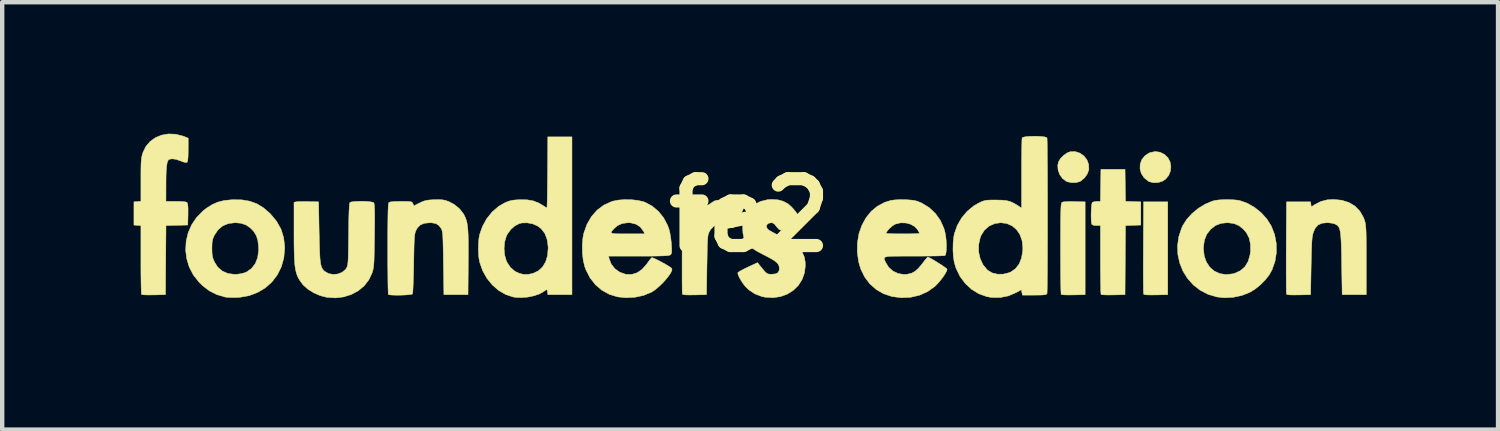
<source format=kicad_pcb>
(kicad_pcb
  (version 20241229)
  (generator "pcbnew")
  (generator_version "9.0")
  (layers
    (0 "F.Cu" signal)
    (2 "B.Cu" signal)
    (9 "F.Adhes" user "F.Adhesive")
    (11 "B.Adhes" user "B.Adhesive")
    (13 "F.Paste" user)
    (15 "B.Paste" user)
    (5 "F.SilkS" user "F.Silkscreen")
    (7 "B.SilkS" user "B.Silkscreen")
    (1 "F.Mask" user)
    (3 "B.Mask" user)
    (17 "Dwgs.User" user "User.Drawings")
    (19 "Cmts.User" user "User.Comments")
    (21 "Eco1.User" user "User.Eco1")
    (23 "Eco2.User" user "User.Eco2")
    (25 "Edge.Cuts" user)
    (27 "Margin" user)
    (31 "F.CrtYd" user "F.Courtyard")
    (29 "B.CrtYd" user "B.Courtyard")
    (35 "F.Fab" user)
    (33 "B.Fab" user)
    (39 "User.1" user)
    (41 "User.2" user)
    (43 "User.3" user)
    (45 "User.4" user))
  (footprint "fe2"
    (layer "F.Cu")
    (at 14.049 1.861)
    (property "Reference" "fe2" (at 0 0 0) (layer "F.SilkS") (effects (font (size 1.524 1.524) (thickness 0.3))))
    (attr through_hole)
    (fp_poly (pts (xy 9.536 1.81) (xy 9.265 1.816) (xy 9.146 1.817) (xy 9.064 1.815) (xy 9.013 1.81) (xy 8.988 1.8) (xy 8.985 1.795) (xy 8.983 1.769) (xy 8.981 1.704) (xy 8.98 1.606) (xy 8.979 1.478) (xy 8.978 1.325) (xy 8.978 1.15) (xy 8.979 0.958) (xy 8.98 0.753) (xy 8.98 0.73) (xy 8.985 -0.307) (xy 9.536 -0.307) (xy 9.536 1.81)) (stroke (width 0.01) (type solid)) (fill yes) (layer "F.SilkS"))
    (fp_poly (pts (xy 9.361 -1.439) (xy 9.461 -1.389) (xy 9.541 -1.313) (xy 9.59 -1.218) (xy 9.608 -1.113) (xy 9.597 -1.007) (xy 9.556 -0.907) (xy 9.486 -0.824) (xy 9.412 -0.776) (xy 9.314 -0.747) (xy 9.21 -0.744) (xy 9.115 -0.767) (xy 9.089 -0.781) (xy 8.995 -0.859) (xy 8.933 -0.954) (xy 8.904 -1.058) (xy 8.907 -1.164) (xy 8.942 -1.264) (xy 9.007 -1.351) (xy 9.103 -1.417) (xy 9.134 -1.43) (xy 9.25 -1.455) (xy 9.361 -1.439)) (stroke (width 0.01) (type solid)) (fill yes) (layer "F.SilkS"))
    (fp_poly (pts (xy 7.533 -1.419) (xy 7.623 -1.355) (xy 7.692 -1.268) (xy 7.732 -1.165) (xy 7.738 -1.052) (xy 7.737 -1.042) (xy 7.704 -0.948) (xy 7.642 -0.858) (xy 7.56 -0.787) (xy 7.533 -0.772) (xy 7.449 -0.747) (xy 7.349 -0.744) (xy 7.252 -0.764) (xy 7.222 -0.776) (xy 7.135 -0.841) (xy 7.071 -0.931) (xy 7.034 -1.037) (xy 7.028 -1.146) (xy 7.048 -1.227) (xy 7.094 -1.3) (xy 7.164 -1.369) (xy 7.243 -1.424) (xy 7.314 -1.451) (xy 7.427 -1.453) (xy 7.533 -1.419)) (stroke (width 0.01) (type solid)) (fill yes) (layer "F.SilkS"))
    (fp_poly (pts (xy 7.401 -0.313) (xy 7.652 -0.307) (xy 7.652 1.81) (xy 7.386 1.816) (xy 7.284 1.817) (xy 7.197 1.816) (xy 7.135 1.812) (xy 7.106 1.807) (xy 7.106 1.807) (xy 7.103 1.783) (xy 7.1 1.722) (xy 7.097 1.626) (xy 7.095 1.5) (xy 7.093 1.349) (xy 7.092 1.176) (xy 7.091 0.985) (xy 7.091 0.781) (xy 7.091 0.761) (xy 7.091 0.519) (xy 7.092 0.317) (xy 7.093 0.15) (xy 7.094 0.015) (xy 7.097 -0.09) (xy 7.1 -0.17) (xy 7.104 -0.227) (xy 7.109 -0.264) (xy 7.115 -0.286) (xy 7.12 -0.294) (xy 7.159 -0.307) (xy 7.24 -0.313) (xy 7.362 -0.314) (xy 7.401 -0.313)) (stroke (width 0.01) (type solid)) (fill yes) (layer "F.SilkS"))
    (fp_poly (pts (xy 8.573 -0.319) (xy 8.748 -0.313) (xy 8.922 -0.307) (xy 8.922 0.222) (xy 8.747 0.228) (xy 8.573 0.235) (xy 8.567 1.022) (xy 8.562 1.81) (xy 8.296 1.816) (xy 8.194 1.817) (xy 8.108 1.816) (xy 8.046 1.812) (xy 8.016 1.807) (xy 8.016 1.807) (xy 8.012 1.783) (xy 8.009 1.722) (xy 8.007 1.628) (xy 8.004 1.505) (xy 8.003 1.36) (xy 8.001 1.196) (xy 8.001 1.019) (xy 8.001 1.012) (xy 8.001 0.233) (xy 7.908 0.233) (xy 7.84 0.227) (xy 7.806 0.206) (xy 7.802 0.199) (xy 7.794 0.156) (xy 7.79 0.086) (xy 7.788 -0.001) (xy 7.79 -0.092) (xy 7.795 -0.178) (xy 7.802 -0.247) (xy 7.812 -0.287) (xy 7.815 -0.292) (xy 7.852 -0.309) (xy 7.909 -0.317) (xy 7.92 -0.318) (xy 8 -0.318) (xy 8.006 -0.683) (xy 8.012 -1.048) (xy 8.562 -1.048) (xy 8.573 -0.319)) (stroke (width 0.01) (type solid)) (fill yes) (layer "F.SilkS"))
    (fp_poly (pts (xy -0.472 -0.348) (xy -0.397 -0.341) (xy -0.336 -0.328) (xy -0.275 -0.304) (xy -0.249 -0.292) (xy -0.181 -0.256) (xy -0.138 -0.222) (xy -0.127 -0.203) (xy -0.136 -0.169) (xy -0.161 -0.109) (xy -0.196 -0.032) (xy -0.238 0.052) (xy -0.281 0.135) (xy -0.321 0.207) (xy -0.353 0.26) (xy -0.372 0.283) (xy -0.372 0.284) (xy -0.404 0.28) (xy -0.458 0.26) (xy -0.5 0.24) (xy -0.614 0.2) (xy -0.719 0.201) (xy -0.811 0.242) (xy -0.888 0.321) (xy -0.915 0.365) (xy -0.928 0.392) (xy -0.939 0.419) (xy -0.948 0.452) (xy -0.954 0.496) (xy -0.959 0.556) (xy -0.963 0.637) (xy -0.967 0.743) (xy -0.969 0.879) (xy -0.972 1.051) (xy -0.974 1.132) (xy -0.984 1.81) (xy -1.255 1.816) (xy -1.374 1.817) (xy -1.456 1.815) (xy -1.507 1.81) (xy -1.532 1.8) (xy -1.535 1.795) (xy -1.537 1.769) (xy -1.539 1.704) (xy -1.54 1.606) (xy -1.541 1.478) (xy -1.541 1.325) (xy -1.541 1.15) (xy -1.541 0.958) (xy -1.54 0.753) (xy -1.54 0.73) (xy -1.535 -0.307) (xy -1.27 -0.307) (xy -1.16 -0.306) (xy -1.084 -0.304) (xy -1.036 -0.299) (xy -1.009 -0.291) (xy -0.993 -0.277) (xy -0.986 -0.262) (xy -0.973 -0.238) (xy -0.956 -0.232) (xy -0.926 -0.247) (xy -0.873 -0.284) (xy -0.827 -0.314) (xy -0.787 -0.333) (xy -0.74 -0.344) (xy -0.676 -0.348) (xy -0.582 -0.349) (xy -0.575 -0.349) (xy -0.472 -0.348)) (stroke (width 0.01) (type solid)) (fill yes) (layer "F.SilkS"))
    (fp_poly (pts (xy 13.503 -0.344) (xy 13.668 -0.293) (xy 13.807 -0.21) (xy 13.918 -0.095) (xy 14.001 0.049) (xy 14.029 0.126) (xy 14.038 0.161) (xy 14.046 0.203) (xy 14.052 0.254) (xy 14.057 0.321) (xy 14.061 0.407) (xy 14.063 0.517) (xy 14.064 0.656) (xy 14.065 0.828) (xy 14.065 1.027) (xy 14.065 1.81) (xy 13.515 1.81) (xy 13.503 1.101) (xy 13.5 0.89) (xy 13.496 0.718) (xy 13.49 0.58) (xy 13.483 0.472) (xy 13.474 0.389) (xy 13.461 0.327) (xy 13.445 0.282) (xy 13.424 0.249) (xy 13.398 0.226) (xy 13.366 0.206) (xy 13.359 0.202) (xy 13.297 0.182) (xy 13.212 0.171) (xy 13.17 0.169) (xy 13.053 0.181) (xy 12.966 0.22) (xy 12.902 0.291) (xy 12.86 0.381) (xy 12.848 0.419) (xy 12.839 0.462) (xy 12.831 0.514) (xy 12.825 0.582) (xy 12.82 0.67) (xy 12.816 0.783) (xy 12.812 0.927) (xy 12.808 1.108) (xy 12.807 1.154) (xy 12.795 1.81) (xy 12.525 1.816) (xy 12.406 1.817) (xy 12.323 1.815) (xy 12.273 1.81) (xy 12.248 1.8) (xy 12.244 1.795) (xy 12.242 1.769) (xy 12.241 1.704) (xy 12.239 1.606) (xy 12.239 1.478) (xy 12.238 1.325) (xy 12.238 1.15) (xy 12.238 0.958) (xy 12.239 0.753) (xy 12.239 0.73) (xy 12.245 -0.307) (xy 12.795 -0.307) (xy 12.802 -0.249) (xy 12.809 -0.192) (xy 12.887 -0.243) (xy 13.024 -0.314) (xy 13.174 -0.353) (xy 13.314 -0.362) (xy 13.503 -0.344)) (stroke (width 0.01) (type solid)) (fill yes) (layer "F.SilkS"))
    (fp_poly (pts (xy -13.095 -1.85) (xy -12.927 -1.808) (xy -12.882 -1.791) (xy -12.806 -1.759) (xy -12.806 -1.496) (xy -12.808 -1.369) (xy -12.813 -1.282) (xy -12.822 -1.229) (xy -12.832 -1.211) (xy -12.864 -1.204) (xy -12.921 -1.218) (xy -12.975 -1.239) (xy -13.084 -1.277) (xy -13.174 -1.289) (xy -13.24 -1.276) (xy -13.247 -1.273) (xy -13.269 -1.247) (xy -13.286 -1.199) (xy -13.298 -1.124) (xy -13.307 -1.019) (xy -13.312 -0.879) (xy -13.313 -0.704) (xy -13.314 -0.318) (xy -13.084 -0.318) (xy -12.971 -0.316) (xy -12.895 -0.31) (xy -12.849 -0.301) (xy -12.829 -0.288) (xy -12.817 -0.249) (xy -12.81 -0.169) (xy -12.81 -0.048) (xy -12.81 -0.018) (xy -12.816 0.222) (xy -13.065 0.228) (xy -13.313 0.234) (xy -13.319 1.022) (xy -13.324 1.81) (xy -13.59 1.816) (xy -13.692 1.817) (xy -13.779 1.816) (xy -13.841 1.812) (xy -13.87 1.807) (xy -13.871 1.807) (xy -13.874 1.783) (xy -13.877 1.722) (xy -13.88 1.628) (xy -13.882 1.505) (xy -13.884 1.36) (xy -13.885 1.197) (xy -13.885 1.019) (xy -13.885 0.235) (xy -13.965 0.229) (xy -14.044 0.222) (xy -14.044 -0.307) (xy -13.965 -0.313) (xy -13.885 -0.32) (xy -13.885 -0.805) (xy -13.885 -0.965) (xy -13.884 -1.088) (xy -13.881 -1.184) (xy -13.876 -1.257) (xy -13.869 -1.315) (xy -13.859 -1.364) (xy -13.845 -1.412) (xy -13.84 -1.429) (xy -13.773 -1.569) (xy -13.676 -1.683) (xy -13.555 -1.771) (xy -13.414 -1.829) (xy -13.259 -1.856) (xy -13.095 -1.85)) (stroke (width 0.01) (type solid)) (fill yes) (layer "F.SilkS"))
    (fp_poly (pts (xy 11.046 -0.353) (xy 11.145 -0.343) (xy 11.176 -0.337) (xy 11.348 -0.277) (xy 11.515 -0.182) (xy 11.668 -0.059) (xy 11.799 0.087) (xy 11.9 0.248) (xy 11.9 0.248) (xy 11.974 0.439) (xy 12.012 0.642) (xy 12.015 0.848) (xy 11.983 1.049) (xy 11.917 1.239) (xy 11.853 1.355) (xy 11.764 1.47) (xy 11.651 1.584) (xy 11.526 1.685) (xy 11.41 1.756) (xy 11.228 1.828) (xy 11.03 1.87) (xy 10.83 1.881) (xy 10.657 1.862) (xy 10.455 1.802) (xy 10.274 1.708) (xy 10.117 1.585) (xy 9.986 1.438) (xy 9.882 1.27) (xy 9.809 1.087) (xy 9.767 0.893) (xy 9.762 0.762) (xy 10.351 0.762) (xy 10.368 0.926) (xy 10.418 1.067) (xy 10.496 1.184) (xy 10.598 1.272) (xy 10.721 1.329) (xy 10.861 1.351) (xy 11.013 1.336) (xy 11.061 1.324) (xy 11.193 1.264) (xy 11.296 1.174) (xy 11.369 1.054) (xy 11.413 0.905) (xy 11.424 0.819) (xy 11.423 0.655) (xy 11.393 0.517) (xy 11.331 0.398) (xy 11.265 0.32) (xy 11.161 0.236) (xy 11.048 0.188) (xy 10.915 0.17) (xy 10.89 0.169) (xy 10.75 0.184) (xy 10.63 0.23) (xy 10.522 0.312) (xy 10.517 0.317) (xy 10.429 0.428) (xy 10.374 0.561) (xy 10.351 0.719) (xy 10.351 0.762) (xy 9.762 0.762) (xy 9.76 0.692) (xy 9.788 0.488) (xy 9.855 0.286) (xy 9.88 0.233) (xy 9.969 0.093) (xy 10.09 -0.04) (xy 10.234 -0.159) (xy 10.391 -0.255) (xy 10.55 -0.322) (xy 10.605 -0.337) (xy 10.691 -0.35) (xy 10.804 -0.357) (xy 10.927 -0.358) (xy 11.046 -0.353)) (stroke (width 0.01) (type solid)) (fill yes) (layer "F.SilkS"))
    (fp_poly (pts (xy -11.589 -0.353) (xy -11.407 -0.323) (xy -11.244 -0.265) (xy -11.093 -0.174) (xy -10.947 -0.048) (xy -10.932 -0.033) (xy -10.791 0.135) (xy -10.69 0.314) (xy -10.629 0.509) (xy -10.605 0.72) (xy -10.605 0.751) (xy -10.625 0.971) (xy -10.682 1.175) (xy -10.773 1.358) (xy -10.895 1.519) (xy -11.046 1.654) (xy -11.221 1.759) (xy -11.418 1.833) (xy -11.635 1.871) (xy -11.693 1.874) (xy -11.79 1.876) (xy -11.883 1.873) (xy -11.954 1.866) (xy -11.97 1.863) (xy -12.158 1.807) (xy -12.324 1.723) (xy -12.476 1.607) (xy -12.557 1.528) (xy -12.688 1.362) (xy -12.783 1.18) (xy -12.841 0.987) (xy -12.865 0.79) (xy -12.862 0.751) (xy -12.265 0.751) (xy -12.263 0.853) (xy -12.255 0.928) (xy -12.239 0.991) (xy -12.211 1.058) (xy -12.21 1.061) (xy -12.132 1.183) (xy -12.028 1.272) (xy -11.901 1.327) (xy -11.752 1.347) (xy -11.69 1.345) (xy -11.603 1.332) (xy -11.52 1.311) (xy -11.476 1.293) (xy -11.361 1.212) (xy -11.276 1.102) (xy -11.222 0.965) (xy -11.2 0.801) (xy -11.202 0.712) (xy -11.218 0.572) (xy -11.254 0.46) (xy -11.314 0.365) (xy -11.385 0.291) (xy -11.485 0.221) (xy -11.601 0.181) (xy -11.734 0.169) (xy -11.887 0.187) (xy -12.016 0.239) (xy -12.123 0.328) (xy -12.208 0.452) (xy -12.236 0.512) (xy -12.253 0.569) (xy -12.262 0.636) (xy -12.265 0.728) (xy -12.265 0.751) (xy -12.862 0.751) (xy -12.853 0.592) (xy -12.807 0.398) (xy -12.727 0.215) (xy -12.613 0.046) (xy -12.466 -0.103) (xy -12.395 -0.158) (xy -12.261 -0.244) (xy -12.13 -0.301) (xy -11.988 -0.337) (xy -11.822 -0.354) (xy -11.799 -0.355) (xy -11.589 -0.353)) (stroke (width 0.01) (type solid)) (fill yes) (layer "F.SilkS"))
    (fp_poly (pts (xy -4.053 1.81) (xy -4.604 1.81) (xy -4.61 1.752) (xy -4.618 1.708) (xy -4.635 1.697) (xy -4.669 1.717) (xy -4.692 1.735) (xy -4.789 1.791) (xy -4.916 1.835) (xy -5.059 1.865) (xy -5.206 1.877) (xy -5.346 1.871) (xy -5.397 1.862) (xy -5.568 1.805) (xy -5.728 1.712) (xy -5.871 1.587) (xy -5.994 1.435) (xy -6.091 1.262) (xy -6.157 1.073) (xy -6.161 1.058) (xy -6.179 0.949) (xy -6.187 0.815) (xy -6.187 0.756) (xy -5.601 0.756) (xy -5.588 0.907) (xy -5.548 1.044) (xy -5.538 1.065) (xy -5.457 1.189) (xy -5.351 1.279) (xy -5.255 1.324) (xy -5.153 1.349) (xy -5.051 1.348) (xy -4.938 1.323) (xy -4.818 1.266) (xy -4.722 1.177) (xy -4.652 1.059) (xy -4.609 0.915) (xy -4.596 0.749) (xy -4.597 0.71) (xy -4.621 0.547) (xy -4.672 0.413) (xy -4.754 0.307) (xy -4.835 0.245) (xy -4.945 0.196) (xy -5.069 0.172) (xy -5.192 0.174) (xy -5.255 0.189) (xy -5.354 0.24) (xy -5.448 0.323) (xy -5.523 0.424) (xy -5.547 0.47) (xy -5.588 0.605) (xy -5.601 0.756) (xy -6.187 0.756) (xy -6.186 0.674) (xy -6.177 0.542) (xy -6.161 0.445) (xy -6.095 0.254) (xy -5.998 0.078) (xy -5.874 -0.076) (xy -5.729 -0.202) (xy -5.596 -0.28) (xy -5.52 -0.313) (xy -5.454 -0.334) (xy -5.383 -0.347) (xy -5.292 -0.354) (xy -5.239 -0.356) (xy -5.074 -0.353) (xy -4.934 -0.329) (xy -4.809 -0.28) (xy -4.71 -0.221) (xy -4.662 -0.19) (xy -4.63 -0.171) (xy -4.624 -0.169) (xy -4.622 -0.19) (xy -4.62 -0.248) (xy -4.617 -0.339) (xy -4.615 -0.459) (xy -4.613 -0.603) (xy -4.611 -0.766) (xy -4.61 -0.945) (xy -4.609 -0.979) (xy -4.604 -1.789) (xy -4.053 -1.789) (xy -4.053 1.81)) (stroke (width 0.01) (type solid)) (fill yes) (layer "F.SilkS"))
    (fp_poly (pts (xy -8.748 -0.317) (xy -8.665 -0.31) (xy -8.602 -0.3) (xy -8.573 -0.286) (xy -8.566 -0.267) (xy -8.56 -0.226) (xy -8.556 -0.16) (xy -8.554 -0.066) (xy -8.553 0.059) (xy -8.554 0.219) (xy -8.556 0.418) (xy -8.556 0.46) (xy -8.559 0.656) (xy -8.562 0.814) (xy -8.565 0.941) (xy -8.568 1.04) (xy -8.573 1.117) (xy -8.579 1.177) (xy -8.587 1.225) (xy -8.597 1.266) (xy -8.609 1.306) (xy -8.609 1.308) (xy -8.684 1.468) (xy -8.79 1.606) (xy -8.925 1.72) (xy -9.082 1.805) (xy -9.258 1.861) (xy -9.446 1.884) (xy -9.642 1.871) (xy -9.652 1.869) (xy -9.799 1.831) (xy -9.943 1.768) (xy -10.074 1.687) (xy -10.178 1.595) (xy -10.199 1.57) (xy -10.246 1.507) (xy -10.285 1.446) (xy -10.316 1.383) (xy -10.341 1.311) (xy -10.36 1.228) (xy -10.374 1.127) (xy -10.383 1.005) (xy -10.389 0.856) (xy -10.392 0.675) (xy -10.393 0.458) (xy -10.393 0.388) (xy -10.393 -0.296) (xy -10.345 -0.307) (xy -10.305 -0.312) (xy -10.234 -0.314) (xy -10.142 -0.314) (xy -10.065 -0.313) (xy -9.832 -0.307) (xy -9.82 0.381) (xy -9.815 0.588) (xy -9.811 0.758) (xy -9.805 0.894) (xy -9.798 1.001) (xy -9.789 1.083) (xy -9.776 1.146) (xy -9.76 1.193) (xy -9.74 1.229) (xy -9.715 1.258) (xy -9.69 1.281) (xy -9.602 1.33) (xy -9.5 1.348) (xy -9.396 1.339) (xy -9.299 1.302) (xy -9.222 1.24) (xy -9.198 1.206) (xy -9.186 1.184) (xy -9.176 1.159) (xy -9.169 1.126) (xy -9.163 1.081) (xy -9.159 1.019) (xy -9.155 0.935) (xy -9.153 0.824) (xy -9.151 0.682) (xy -9.149 0.504) (xy -9.148 0.435) (xy -9.145 0.216) (xy -9.142 0.035) (xy -9.137 -0.107) (xy -9.131 -0.209) (xy -9.125 -0.271) (xy -9.119 -0.29) (xy -9.087 -0.304) (xy -9.023 -0.313) (xy -8.938 -0.318) (xy -8.843 -0.32) (xy -8.748 -0.317)) (stroke (width 0.01) (type solid)) (fill yes) (layer "F.SilkS"))
    (fp_poly (pts (xy 0.646 -0.353) (xy 0.769 -0.319) (xy 0.878 -0.259) (xy 0.893 -0.247) (xy 0.952 -0.194) (xy 1.014 -0.126) (xy 1.071 -0.053) (xy 1.115 0.015) (xy 1.14 0.069) (xy 1.143 0.085) (xy 1.125 0.108) (xy 1.079 0.144) (xy 1.012 0.187) (xy 0.934 0.233) (xy 0.855 0.276) (xy 0.782 0.311) (xy 0.726 0.333) (xy 0.702 0.338) (xy 0.67 0.321) (xy 0.629 0.279) (xy 0.609 0.253) (xy 0.563 0.197) (xy 0.52 0.173) (xy 0.491 0.169) (xy 0.426 0.184) (xy 0.389 0.22) (xy 0.383 0.268) (xy 0.414 0.319) (xy 0.418 0.323) (xy 0.45 0.344) (xy 0.511 0.379) (xy 0.596 0.425) (xy 0.694 0.476) (xy 0.734 0.496) (xy 0.903 0.587) (xy 1.035 0.673) (xy 1.134 0.758) (xy 1.202 0.848) (xy 1.245 0.946) (xy 1.266 1.058) (xy 1.27 1.143) (xy 1.251 1.313) (xy 1.195 1.466) (xy 1.109 1.601) (xy 0.995 1.712) (xy 0.858 1.798) (xy 0.703 1.854) (xy 0.534 1.879) (xy 0.355 1.868) (xy 0.283 1.854) (xy 0.123 1.794) (xy -0.021 1.699) (xy -0.099 1.623) (xy -0.152 1.554) (xy -0.202 1.478) (xy -0.242 1.405) (xy -0.266 1.345) (xy -0.27 1.309) (xy -0.249 1.291) (xy -0.197 1.26) (xy -0.122 1.221) (xy -0.041 1.182) (xy 0.18 1.079) (xy 0.233 1.146) (xy 0.3 1.229) (xy 0.349 1.286) (xy 0.387 1.32) (xy 0.421 1.337) (xy 0.46 1.343) (xy 0.503 1.344) (xy 0.592 1.336) (xy 0.647 1.307) (xy 0.673 1.255) (xy 0.677 1.208) (xy 0.671 1.158) (xy 0.649 1.112) (xy 0.607 1.067) (xy 0.54 1.019) (xy 0.442 0.963) (xy 0.324 0.902) (xy 0.168 0.82) (xy 0.049 0.744) (xy -0.039 0.669) (xy -0.099 0.59) (xy -0.136 0.5) (xy -0.154 0.395) (xy -0.158 0.296) (xy -0.157 0.199) (xy -0.148 0.127) (xy -0.13 0.064) (xy -0.099 -0.005) (xy -0.011 -0.138) (xy 0.106 -0.243) (xy 0.247 -0.317) (xy 0.406 -0.356) (xy 0.497 -0.362) (xy 0.646 -0.353)) (stroke (width 0.01) (type solid)) (fill yes) (layer "F.SilkS"))
    (fp_poly (pts (xy -7.013 -0.354) (xy -6.947 -0.342) (xy -6.878 -0.319) (xy -6.87 -0.317) (xy -6.738 -0.248) (xy -6.62 -0.151) (xy -6.529 -0.037) (xy -6.509 -0.000144) (xy -6.484 0.053) (xy -6.464 0.108) (xy -6.448 0.169) (xy -6.436 0.242) (xy -6.427 0.331) (xy -6.421 0.441) (xy -6.417 0.577) (xy -6.416 0.742) (xy -6.417 0.942) (xy -6.418 1.079) (xy -6.424 1.81) (xy -6.974 1.81) (xy -6.985 1.09) (xy -6.988 0.896) (xy -6.991 0.739) (xy -6.994 0.615) (xy -6.997 0.52) (xy -7.002 0.448) (xy -7.007 0.395) (xy -7.014 0.357) (xy -7.023 0.329) (xy -7.033 0.306) (xy -7.039 0.296) (xy -7.092 0.228) (xy -7.159 0.188) (xy -7.251 0.171) (xy -7.299 0.17) (xy -7.421 0.182) (xy -7.514 0.221) (xy -7.581 0.291) (xy -7.607 0.337) (xy -7.62 0.367) (xy -7.63 0.398) (xy -7.638 0.437) (xy -7.644 0.488) (xy -7.649 0.557) (xy -7.653 0.647) (xy -7.656 0.765) (xy -7.659 0.915) (xy -7.662 1.101) (xy -7.665 1.265) (xy -7.669 1.417) (xy -7.674 1.55) (xy -7.678 1.659) (xy -7.683 1.74) (xy -7.688 1.786) (xy -7.69 1.794) (xy -7.716 1.803) (xy -7.774 1.811) (xy -7.855 1.817) (xy -7.947 1.821) (xy -8.042 1.822) (xy -8.128 1.82) (xy -8.196 1.816) (xy -8.236 1.809) (xy -8.241 1.806) (xy -8.244 1.783) (xy -8.246 1.721) (xy -8.249 1.626) (xy -8.251 1.5) (xy -8.252 1.349) (xy -8.254 1.176) (xy -8.255 0.985) (xy -8.255 0.782) (xy -8.255 0.763) (xy -8.255 0.511) (xy -8.254 0.298) (xy -8.252 0.123) (xy -8.25 -0.017) (xy -8.247 -0.126) (xy -8.243 -0.205) (xy -8.239 -0.258) (xy -8.233 -0.286) (xy -8.23 -0.292) (xy -8.193 -0.305) (xy -8.115 -0.314) (xy -7.995 -0.317) (xy -7.954 -0.318) (xy -7.848 -0.317) (xy -7.776 -0.315) (xy -7.731 -0.31) (xy -7.704 -0.3) (xy -7.69 -0.284) (xy -7.681 -0.267) (xy -7.658 -0.217) (xy -7.528 -0.282) (xy -7.457 -0.315) (xy -7.393 -0.336) (xy -7.321 -0.348) (xy -7.225 -0.355) (xy -7.197 -0.356) (xy -7.091 -0.358) (xy -7.013 -0.354)) (stroke (width 0.01) (type solid)) (fill yes) (layer "F.SilkS"))
    (fp_poly (pts (xy -2.699 -0.356) (xy -2.551 -0.34) (xy -2.424 -0.311) (xy -2.392 -0.3) (xy -2.228 -0.213) (xy -2.083 -0.092) (xy -1.962 0.057) (xy -1.871 0.23) (xy -1.841 0.313) (xy -1.819 0.401) (xy -1.8 0.513) (xy -1.787 0.627) (xy -1.784 0.665) (xy -1.779 0.762) (xy -1.778 0.826) (xy -1.783 0.865) (xy -1.795 0.889) (xy -1.81 0.903) (xy -1.83 0.911) (xy -1.867 0.918) (xy -1.924 0.923) (xy -2.006 0.926) (xy -2.117 0.929) (xy -2.26 0.931) (xy -2.44 0.931) (xy -2.534 0.931) (xy -3.218 0.931) (xy -3.205 0.99) (xy -3.157 1.113) (xy -3.075 1.217) (xy -2.968 1.295) (xy -2.842 1.341) (xy -2.813 1.346) (xy -2.682 1.346) (xy -2.564 1.309) (xy -2.453 1.232) (xy -2.349 1.114) (xy -2.326 1.081) (xy -2.284 1.023) (xy -2.248 0.98) (xy -2.23 0.965) (xy -2.204 0.972) (xy -2.15 0.995) (xy -2.079 1.03) (xy -1.999 1.073) (xy -1.919 1.117) (xy -1.849 1.159) (xy -1.797 1.193) (xy -1.774 1.214) (xy -1.773 1.252) (xy -1.799 1.311) (xy -1.848 1.384) (xy -1.913 1.466) (xy -1.989 1.549) (xy -2.072 1.628) (xy -2.154 1.697) (xy -2.232 1.749) (xy -2.242 1.754) (xy -2.419 1.827) (xy -2.616 1.869) (xy -2.821 1.88) (xy -3.012 1.86) (xy -3.2 1.803) (xy -3.37 1.709) (xy -3.518 1.583) (xy -3.641 1.426) (xy -3.735 1.242) (xy -3.763 1.166) (xy -3.797 1.021) (xy -3.815 0.852) (xy -3.817 0.677) (xy -3.803 0.512) (xy -3.783 0.408) (xy -3.777 0.392) (xy -3.159 0.392) (xy -3.144 0.408) (xy -3.102 0.417) (xy -3.028 0.422) (xy -2.919 0.423) (xy -2.784 0.423) (xy -2.391 0.423) (xy -2.421 0.365) (xy -2.492 0.268) (xy -2.588 0.204) (xy -2.709 0.173) (xy -2.775 0.169) (xy -2.906 0.186) (xy -3.015 0.236) (xy -3.076 0.287) (xy -3.121 0.334) (xy -3.15 0.368) (xy -3.159 0.392) (xy -3.777 0.392) (xy -3.71 0.204) (xy -3.608 0.028) (xy -3.479 -0.119) (xy -3.326 -0.233) (xy -3.15 -0.313) (xy -3.127 -0.321) (xy -3.002 -0.347) (xy -2.854 -0.358) (xy -2.699 -0.356)) (stroke (width 0.01) (type solid)) (fill yes) (layer "F.SilkS"))
    (fp_poly (pts (xy 3.561 -0.356) (xy 3.67 -0.349) (xy 3.751 -0.339) (xy 3.818 -0.323) (xy 3.885 -0.297) (xy 3.923 -0.28) (xy 4.092 -0.178) (xy 4.236 -0.044) (xy 4.35 0.116) (xy 4.431 0.299) (xy 4.455 0.383) (xy 4.472 0.476) (xy 4.483 0.579) (xy 4.488 0.682) (xy 4.486 0.776) (xy 4.479 0.854) (xy 4.466 0.904) (xy 4.454 0.918) (xy 4.425 0.922) (xy 4.359 0.924) (xy 4.262 0.927) (xy 4.138 0.929) (xy 3.994 0.93) (xy 3.834 0.931) (xy 3.745 0.931) (xy 3.553 0.931) (xy 3.4 0.932) (xy 3.282 0.933) (xy 3.193 0.936) (xy 3.132 0.943) (xy 3.094 0.953) (xy 3.074 0.967) (xy 3.069 0.986) (xy 3.076 1.012) (xy 3.089 1.045) (xy 3.098 1.066) (xy 3.168 1.182) (xy 3.267 1.271) (xy 3.386 1.328) (xy 3.518 1.349) (xy 3.595 1.344) (xy 3.688 1.322) (xy 3.769 1.28) (xy 3.846 1.212) (xy 3.93 1.113) (xy 3.94 1.099) (xy 3.99 1.033) (xy 4.032 0.983) (xy 4.057 0.956) (xy 4.062 0.953) (xy 4.092 0.964) (xy 4.147 0.993) (xy 4.218 1.034) (xy 4.296 1.082) (xy 4.373 1.131) (xy 4.439 1.176) (xy 4.485 1.21) (xy 4.504 1.23) (xy 4.495 1.268) (xy 4.463 1.328) (xy 4.414 1.402) (xy 4.355 1.48) (xy 4.291 1.555) (xy 4.229 1.618) (xy 4.224 1.622) (xy 4.059 1.74) (xy 3.873 1.823) (xy 3.672 1.87) (xy 3.46 1.88) (xy 3.244 1.852) (xy 3.056 1.79) (xy 2.888 1.693) (xy 2.742 1.564) (xy 2.623 1.407) (xy 2.534 1.225) (xy 2.486 1.062) (xy 2.455 0.837) (xy 2.459 0.621) (xy 2.494 0.416) (xy 2.496 0.409) (xy 3.111 0.409) (xy 3.132 0.414) (xy 3.187 0.418) (xy 3.272 0.421) (xy 3.379 0.423) (xy 3.493 0.423) (xy 3.614 0.423) (xy 3.72 0.421) (xy 3.803 0.418) (xy 3.856 0.414) (xy 3.873 0.41) (xy 3.863 0.385) (xy 3.838 0.34) (xy 3.83 0.327) (xy 3.762 0.254) (xy 3.667 0.202) (xy 3.555 0.174) (xy 3.439 0.172) (xy 3.329 0.199) (xy 3.302 0.211) (xy 3.249 0.247) (xy 3.194 0.296) (xy 3.146 0.348) (xy 3.116 0.393) (xy 3.111 0.409) (xy 2.496 0.409) (xy 2.56 0.227) (xy 2.653 0.057) (xy 2.771 -0.089) (xy 2.914 -0.208) (xy 3.078 -0.295) (xy 3.22 -0.339) (xy 3.314 -0.352) (xy 3.436 -0.358) (xy 3.561 -0.356)) (stroke (width 0.01) (type solid)) (fill yes) (layer "F.SilkS"))
    (fp_poly (pts (xy 6.569 -1.802) (xy 6.657 -1.797) (xy 6.729 -1.788) (xy 6.773 -1.774) (xy 6.782 -1.766) (xy 6.784 -1.739) (xy 6.786 -1.674) (xy 6.788 -1.575) (xy 6.789 -1.444) (xy 6.79 -1.287) (xy 6.792 -1.106) (xy 6.793 -0.907) (xy 6.793 -0.691) (xy 6.794 -0.465) (xy 6.794 -0.23) (xy 6.794 0.008) (xy 6.794 0.246) (xy 6.794 0.481) (xy 6.793 0.708) (xy 6.793 0.923) (xy 6.792 1.124) (xy 6.791 1.304) (xy 6.789 1.462) (xy 6.788 1.593) (xy 6.786 1.694) (xy 6.784 1.759) (xy 6.782 1.787) (xy 6.782 1.787) (xy 6.77 1.801) (xy 6.744 1.81) (xy 6.696 1.816) (xy 6.621 1.819) (xy 6.51 1.82) (xy 6.495 1.82) (xy 6.222 1.82) (xy 6.209 1.758) (xy 6.197 1.696) (xy 6.081 1.761) (xy 5.902 1.838) (xy 5.712 1.876) (xy 5.518 1.874) (xy 5.407 1.854) (xy 5.226 1.789) (xy 5.062 1.688) (xy 4.918 1.555) (xy 4.799 1.396) (xy 4.71 1.214) (xy 4.667 1.074) (xy 4.646 0.942) (xy 4.64 0.833) (xy 5.223 0.833) (xy 5.257 0.986) (xy 5.321 1.125) (xy 5.416 1.24) (xy 5.433 1.256) (xy 5.533 1.314) (xy 5.653 1.343) (xy 5.783 1.342) (xy 5.914 1.31) (xy 5.96 1.291) (xy 6.065 1.216) (xy 6.147 1.11) (xy 6.201 0.975) (xy 6.228 0.815) (xy 6.231 0.738) (xy 6.214 0.578) (xy 6.165 0.439) (xy 6.087 0.325) (xy 5.985 0.24) (xy 5.861 0.186) (xy 5.726 0.169) (xy 5.586 0.189) (xy 5.461 0.246) (xy 5.358 0.336) (xy 5.281 0.454) (xy 5.259 0.51) (xy 5.223 0.671) (xy 5.223 0.833) (xy 4.64 0.833) (xy 4.638 0.788) (xy 4.641 0.629) (xy 4.657 0.483) (xy 4.668 0.425) (xy 4.733 0.237) (xy 4.832 0.063) (xy 4.96 -0.09) (xy 5.112 -0.215) (xy 5.22 -0.278) (xy 5.283 -0.308) (xy 5.335 -0.328) (xy 5.386 -0.34) (xy 5.448 -0.347) (xy 5.532 -0.349) (xy 5.619 -0.349) (xy 5.75 -0.346) (xy 5.85 -0.337) (xy 5.933 -0.317) (xy 6.011 -0.284) (xy 6.096 -0.235) (xy 6.133 -0.211) (xy 6.202 -0.165) (xy 6.202 -0.949) (xy 6.202 -1.128) (xy 6.203 -1.294) (xy 6.205 -1.443) (xy 6.207 -1.57) (xy 6.209 -1.669) (xy 6.212 -1.736) (xy 6.215 -1.765) (xy 6.215 -1.766) (xy 6.241 -1.781) (xy 6.299 -1.793) (xy 6.38 -1.8) (xy 6.473 -1.803) (xy 6.569 -1.802)) (stroke (width 0.01) (type solid)) (fill yes) (layer "F.SilkS")))
  (gr_rect
    (start -3 -3)
    (end 31.119 6.749)
    (stroke (width 0.1) (type default))
    (fill no)
    (layer "Edge.Cuts")))
</source>
